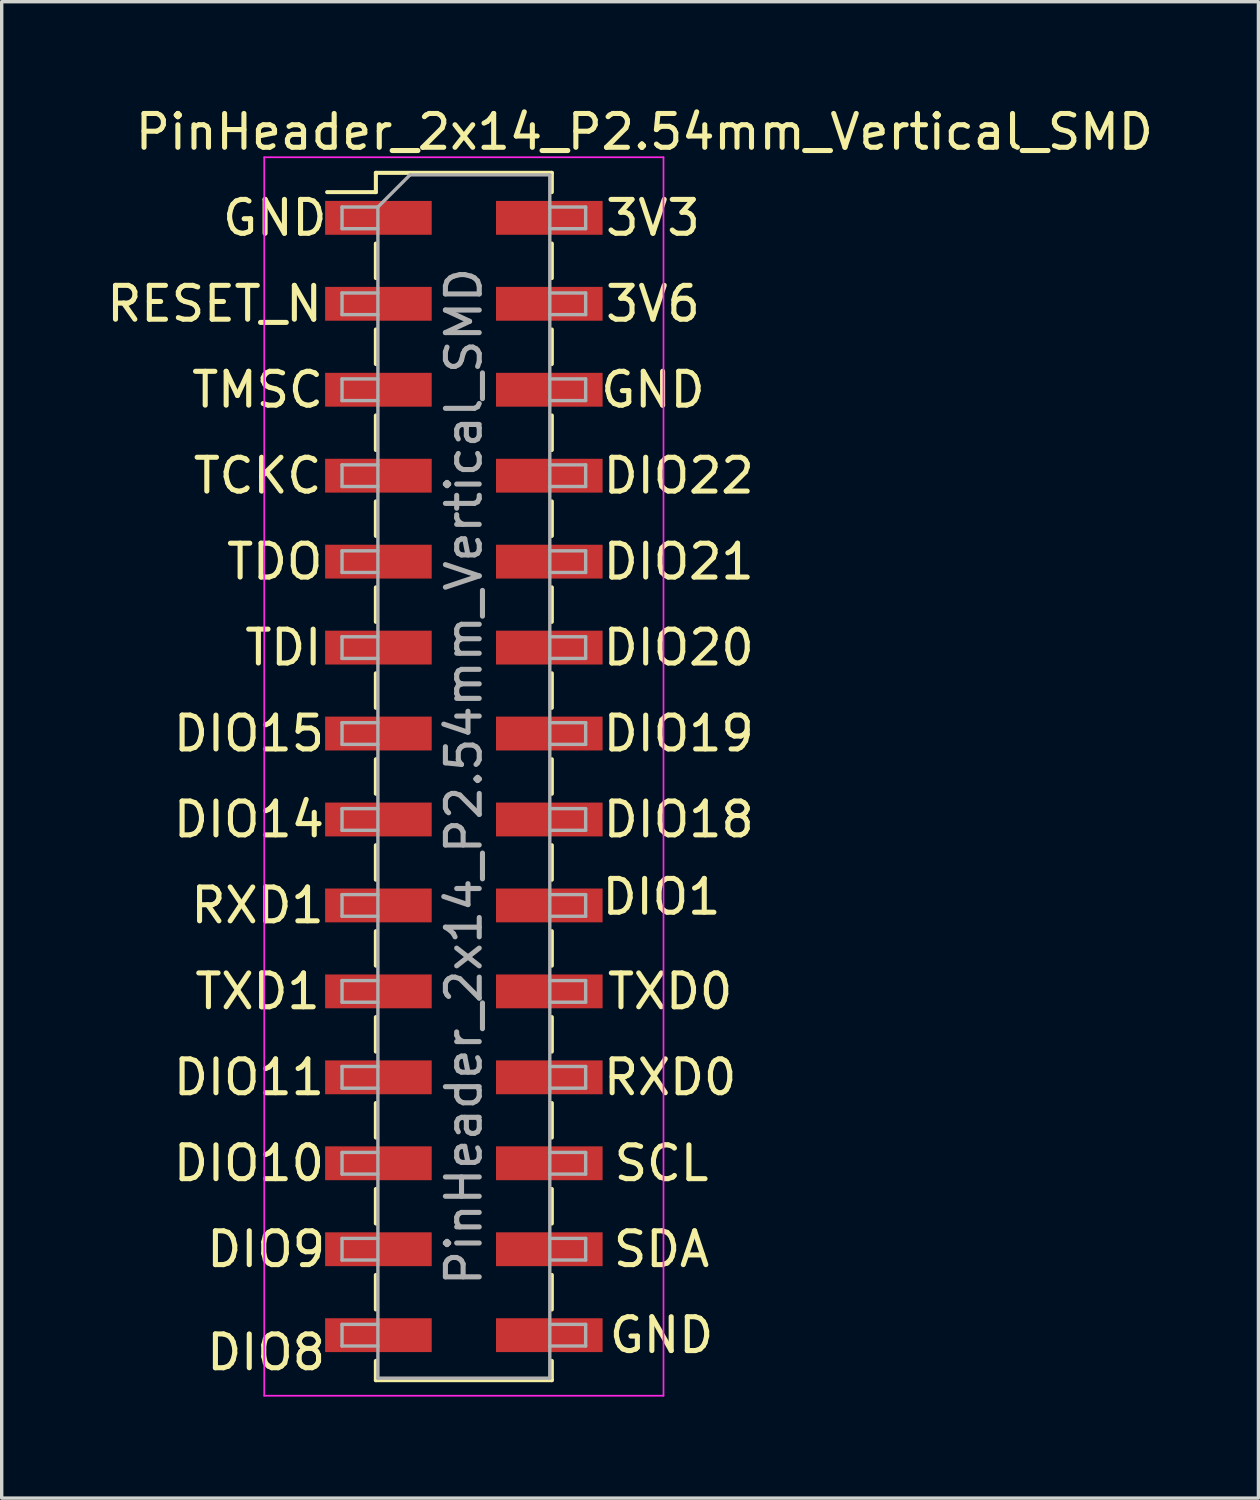
<source format=kicad_pcb>
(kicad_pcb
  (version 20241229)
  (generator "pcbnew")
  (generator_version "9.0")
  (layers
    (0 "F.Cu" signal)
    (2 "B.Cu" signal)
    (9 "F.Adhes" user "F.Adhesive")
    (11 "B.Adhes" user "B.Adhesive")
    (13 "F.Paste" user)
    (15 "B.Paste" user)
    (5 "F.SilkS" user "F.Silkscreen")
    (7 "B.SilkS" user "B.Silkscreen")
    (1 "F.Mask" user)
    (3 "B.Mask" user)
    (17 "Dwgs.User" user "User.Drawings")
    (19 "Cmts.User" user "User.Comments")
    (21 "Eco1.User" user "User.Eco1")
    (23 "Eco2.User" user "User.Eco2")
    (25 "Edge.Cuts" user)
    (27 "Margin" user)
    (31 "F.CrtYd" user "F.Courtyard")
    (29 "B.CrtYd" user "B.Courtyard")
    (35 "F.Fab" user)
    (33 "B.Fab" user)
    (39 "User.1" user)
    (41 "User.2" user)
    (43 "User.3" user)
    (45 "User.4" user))
  (footprint "PinHeader_2x14_P2.54mm_Vertical_SMD"
    (layer "F.Cu")
    (at 10.658 19.898)
    (property "Reference" "PinHeader_2x14_P2.54mm_Vertical_SMD" (at 5.334 -19.05 0) (layer "F.SilkS") (effects (font (size 1 1) (thickness 0.15))))
    (attr smd)
    (fp_line (start -4.04 -17.27) (end -2.6 -17.27) (stroke (width 0.12) (type solid)) (layer "F.SilkS"))
    (fp_line (start -2.6 -17.84) (end -2.6 -17.27) (stroke (width 0.12) (type solid)) (layer "F.SilkS"))
    (fp_line (start -2.6 -17.84) (end 2.6 -17.84) (stroke (width 0.12) (type solid)) (layer "F.SilkS"))
    (fp_line (start -2.6 -15.75) (end -2.6 -14.73) (stroke (width 0.12) (type solid)) (layer "F.SilkS"))
    (fp_line (start -2.6 -13.21) (end -2.6 -12.19) (stroke (width 0.12) (type solid)) (layer "F.SilkS"))
    (fp_line (start -2.6 -10.67) (end -2.6 -9.65) (stroke (width 0.12) (type solid)) (layer "F.SilkS"))
    (fp_line (start -2.6 -8.13) (end -2.6 -7.11) (stroke (width 0.12) (type solid)) (layer "F.SilkS"))
    (fp_line (start -2.6 -5.59) (end -2.6 -4.57) (stroke (width 0.12) (type solid)) (layer "F.SilkS"))
    (fp_line (start -2.6 -3.05) (end -2.6 -2.03) (stroke (width 0.12) (type solid)) (layer "F.SilkS"))
    (fp_line (start -2.6 -0.51) (end -2.6 0.51) (stroke (width 0.12) (type solid)) (layer "F.SilkS"))
    (fp_line (start -2.6 2.03) (end -2.6 3.05) (stroke (width 0.12) (type solid)) (layer "F.SilkS"))
    (fp_line (start -2.6 4.57) (end -2.6 5.59) (stroke (width 0.12) (type solid)) (layer "F.SilkS"))
    (fp_line (start -2.6 7.11) (end -2.6 8.13) (stroke (width 0.12) (type solid)) (layer "F.SilkS"))
    (fp_line (start -2.6 9.65) (end -2.6 10.67) (stroke (width 0.12) (type solid)) (layer "F.SilkS"))
    (fp_line (start -2.6 12.19) (end -2.6 13.21) (stroke (width 0.12) (type solid)) (layer "F.SilkS"))
    (fp_line (start -2.6 14.73) (end -2.6 15.75) (stroke (width 0.12) (type solid)) (layer "F.SilkS"))
    (fp_line (start -2.6 17.27) (end -2.6 17.84) (stroke (width 0.12) (type solid)) (layer "F.SilkS"))
    (fp_line (start -2.6 17.84) (end 2.6 17.84) (stroke (width 0.12) (type solid)) (layer "F.SilkS"))
    (fp_line (start 2.6 -17.84) (end 2.6 -17.27) (stroke (width 0.12) (type solid)) (layer "F.SilkS"))
    (fp_line (start 2.6 -15.75) (end 2.6 -14.73) (stroke (width 0.12) (type solid)) (layer "F.SilkS"))
    (fp_line (start 2.6 -13.21) (end 2.6 -12.19) (stroke (width 0.12) (type solid)) (layer "F.SilkS"))
    (fp_line (start 2.6 -10.67) (end 2.6 -9.65) (stroke (width 0.12) (type solid)) (layer "F.SilkS"))
    (fp_line (start 2.6 -8.13) (end 2.6 -7.11) (stroke (width 0.12) (type solid)) (layer "F.SilkS"))
    (fp_line (start 2.6 -5.59) (end 2.6 -4.57) (stroke (width 0.12) (type solid)) (layer "F.SilkS"))
    (fp_line (start 2.6 -3.05) (end 2.6 -2.03) (stroke (width 0.12) (type solid)) (layer "F.SilkS"))
    (fp_line (start 2.6 -0.51) (end 2.6 0.51) (stroke (width 0.12) (type solid)) (layer "F.SilkS"))
    (fp_line (start 2.6 2.03) (end 2.6 3.05) (stroke (width 0.12) (type solid)) (layer "F.SilkS"))
    (fp_line (start 2.6 4.57) (end 2.6 5.59) (stroke (width 0.12) (type solid)) (layer "F.SilkS"))
    (fp_line (start 2.6 7.11) (end 2.6 8.13) (stroke (width 0.12) (type solid)) (layer "F.SilkS"))
    (fp_line (start 2.6 9.65) (end 2.6 10.67) (stroke (width 0.12) (type solid)) (layer "F.SilkS"))
    (fp_line (start 2.6 12.19) (end 2.6 13.21) (stroke (width 0.12) (type solid)) (layer "F.SilkS"))
    (fp_line (start 2.6 14.73) (end 2.6 15.75) (stroke (width 0.12) (type solid)) (layer "F.SilkS"))
    (fp_line (start 2.6 17.27) (end 2.6 17.84) (stroke (width 0.12) (type solid)) (layer "F.SilkS"))
    (fp_line (start -5.9 -18.3) (end -5.9 18.3) (stroke (width 0.05) (type solid)) (layer "F.CrtYd"))
    (fp_line (start -5.9 18.3) (end 5.9 18.3) (stroke (width 0.05) (type solid)) (layer "F.CrtYd"))
    (fp_line (start 5.9 -18.3) (end -5.9 -18.3) (stroke (width 0.05) (type solid)) (layer "F.CrtYd"))
    (fp_line (start 5.9 18.3) (end 5.9 -18.3) (stroke (width 0.05) (type solid)) (layer "F.CrtYd"))
    (fp_line (start -3.6 -16.83) (end -3.6 -16.19) (stroke (width 0.1) (type solid)) (layer "F.Fab"))
    (fp_line (start -3.6 -16.19) (end -2.54 -16.19) (stroke (width 0.1) (type solid)) (layer "F.Fab"))
    (fp_line (start -3.6 -14.29) (end -3.6 -13.65) (stroke (width 0.1) (type solid)) (layer "F.Fab"))
    (fp_line (start -3.6 -13.65) (end -2.54 -13.65) (stroke (width 0.1) (type solid)) (layer "F.Fab"))
    (fp_line (start -3.6 -11.75) (end -3.6 -11.11) (stroke (width 0.1) (type solid)) (layer "F.Fab"))
    (fp_line (start -3.6 -11.11) (end -2.54 -11.11) (stroke (width 0.1) (type solid)) (layer "F.Fab"))
    (fp_line (start -3.6 -9.21) (end -3.6 -8.57) (stroke (width 0.1) (type solid)) (layer "F.Fab"))
    (fp_line (start -3.6 -8.57) (end -2.54 -8.57) (stroke (width 0.1) (type solid)) (layer "F.Fab"))
    (fp_line (start -3.6 -6.67) (end -3.6 -6.03) (stroke (width 0.1) (type solid)) (layer "F.Fab"))
    (fp_line (start -3.6 -6.03) (end -2.54 -6.03) (stroke (width 0.1) (type solid)) (layer "F.Fab"))
    (fp_line (start -3.6 -4.13) (end -3.6 -3.49) (stroke (width 0.1) (type solid)) (layer "F.Fab"))
    (fp_line (start -3.6 -3.49) (end -2.54 -3.49) (stroke (width 0.1) (type solid)) (layer "F.Fab"))
    (fp_line (start -3.6 -1.59) (end -3.6 -0.95) (stroke (width 0.1) (type solid)) (layer "F.Fab"))
    (fp_line (start -3.6 -0.95) (end -2.54 -0.95) (stroke (width 0.1) (type solid)) (layer "F.Fab"))
    (fp_line (start -3.6 0.95) (end -3.6 1.59) (stroke (width 0.1) (type solid)) (layer "F.Fab"))
    (fp_line (start -3.6 1.59) (end -2.54 1.59) (stroke (width 0.1) (type solid)) (layer "F.Fab"))
    (fp_line (start -3.6 3.49) (end -3.6 4.13) (stroke (width 0.1) (type solid)) (layer "F.Fab"))
    (fp_line (start -3.6 4.13) (end -2.54 4.13) (stroke (width 0.1) (type solid)) (layer "F.Fab"))
    (fp_line (start -3.6 6.03) (end -3.6 6.67) (stroke (width 0.1) (type solid)) (layer "F.Fab"))
    (fp_line (start -3.6 6.67) (end -2.54 6.67) (stroke (width 0.1) (type solid)) (layer "F.Fab"))
    (fp_line (start -3.6 8.57) (end -3.6 9.21) (stroke (width 0.1) (type solid)) (layer "F.Fab"))
    (fp_line (start -3.6 9.21) (end -2.54 9.21) (stroke (width 0.1) (type solid)) (layer "F.Fab"))
    (fp_line (start -3.6 11.11) (end -3.6 11.75) (stroke (width 0.1) (type solid)) (layer "F.Fab"))
    (fp_line (start -3.6 11.75) (end -2.54 11.75) (stroke (width 0.1) (type solid)) (layer "F.Fab"))
    (fp_line (start -3.6 13.65) (end -3.6 14.29) (stroke (width 0.1) (type solid)) (layer "F.Fab"))
    (fp_line (start -3.6 14.29) (end -2.54 14.29) (stroke (width 0.1) (type solid)) (layer "F.Fab"))
    (fp_line (start -3.6 16.19) (end -3.6 16.83) (stroke (width 0.1) (type solid)) (layer "F.Fab"))
    (fp_line (start -3.6 16.83) (end -2.54 16.83) (stroke (width 0.1) (type solid)) (layer "F.Fab"))
    (fp_line (start -2.54 -16.83) (end -3.6 -16.83) (stroke (width 0.1) (type solid)) (layer "F.Fab"))
    (fp_line (start -2.54 -16.83) (end -1.59 -17.78) (stroke (width 0.1) (type solid)) (layer "F.Fab"))
    (fp_line (start -2.54 -14.29) (end -3.6 -14.29) (stroke (width 0.1) (type solid)) (layer "F.Fab"))
    (fp_line (start -2.54 -11.75) (end -3.6 -11.75) (stroke (width 0.1) (type solid)) (layer "F.Fab"))
    (fp_line (start -2.54 -9.21) (end -3.6 -9.21) (stroke (width 0.1) (type solid)) (layer "F.Fab"))
    (fp_line (start -2.54 -6.67) (end -3.6 -6.67) (stroke (width 0.1) (type solid)) (layer "F.Fab"))
    (fp_line (start -2.54 -4.13) (end -3.6 -4.13) (stroke (width 0.1) (type solid)) (layer "F.Fab"))
    (fp_line (start -2.54 -1.59) (end -3.6 -1.59) (stroke (width 0.1) (type solid)) (layer "F.Fab"))
    (fp_line (start -2.54 0.95) (end -3.6 0.95) (stroke (width 0.1) (type solid)) (layer "F.Fab"))
    (fp_line (start -2.54 3.49) (end -3.6 3.49) (stroke (width 0.1) (type solid)) (layer "F.Fab"))
    (fp_line (start -2.54 6.03) (end -3.6 6.03) (stroke (width 0.1) (type solid)) (layer "F.Fab"))
    (fp_line (start -2.54 8.57) (end -3.6 8.57) (stroke (width 0.1) (type solid)) (layer "F.Fab"))
    (fp_line (start -2.54 11.11) (end -3.6 11.11) (stroke (width 0.1) (type solid)) (layer "F.Fab"))
    (fp_line (start -2.54 13.65) (end -3.6 13.65) (stroke (width 0.1) (type solid)) (layer "F.Fab"))
    (fp_line (start -2.54 16.19) (end -3.6 16.19) (stroke (width 0.1) (type solid)) (layer "F.Fab"))
    (fp_line (start -2.54 17.78) (end -2.54 -16.83) (stroke (width 0.1) (type solid)) (layer "F.Fab"))
    (fp_line (start -1.59 -17.78) (end 2.54 -17.78) (stroke (width 0.1) (type solid)) (layer "F.Fab"))
    (fp_line (start 2.54 -17.78) (end 2.54 17.78) (stroke (width 0.1) (type solid)) (layer "F.Fab"))
    (fp_line (start 2.54 -16.83) (end 3.6 -16.83) (stroke (width 0.1) (type solid)) (layer "F.Fab"))
    (fp_line (start 2.54 -14.29) (end 3.6 -14.29) (stroke (width 0.1) (type solid)) (layer "F.Fab"))
    (fp_line (start 2.54 -11.75) (end 3.6 -11.75) (stroke (width 0.1) (type solid)) (layer "F.Fab"))
    (fp_line (start 2.54 -9.21) (end 3.6 -9.21) (stroke (width 0.1) (type solid)) (layer "F.Fab"))
    (fp_line (start 2.54 -6.67) (end 3.6 -6.67) (stroke (width 0.1) (type solid)) (layer "F.Fab"))
    (fp_line (start 2.54 -4.13) (end 3.6 -4.13) (stroke (width 0.1) (type solid)) (layer "F.Fab"))
    (fp_line (start 2.54 -1.59) (end 3.6 -1.59) (stroke (width 0.1) (type solid)) (layer "F.Fab"))
    (fp_line (start 2.54 0.95) (end 3.6 0.95) (stroke (width 0.1) (type solid)) (layer "F.Fab"))
    (fp_line (start 2.54 3.49) (end 3.6 3.49) (stroke (width 0.1) (type solid)) (layer "F.Fab"))
    (fp_line (start 2.54 6.03) (end 3.6 6.03) (stroke (width 0.1) (type solid)) (layer "F.Fab"))
    (fp_line (start 2.54 8.57) (end 3.6 8.57) (stroke (width 0.1) (type solid)) (layer "F.Fab"))
    (fp_line (start 2.54 11.11) (end 3.6 11.11) (stroke (width 0.1) (type solid)) (layer "F.Fab"))
    (fp_line (start 2.54 13.65) (end 3.6 13.65) (stroke (width 0.1) (type solid)) (layer "F.Fab"))
    (fp_line (start 2.54 16.19) (end 3.6 16.19) (stroke (width 0.1) (type solid)) (layer "F.Fab"))
    (fp_line (start 2.54 17.78) (end -2.54 17.78) (stroke (width 0.1) (type solid)) (layer "F.Fab"))
    (fp_line (start 3.6 -16.83) (end 3.6 -16.19) (stroke (width 0.1) (type solid)) (layer "F.Fab"))
    (fp_line (start 3.6 -16.19) (end 2.54 -16.19) (stroke (width 0.1) (type solid)) (layer "F.Fab"))
    (fp_line (start 3.6 -14.29) (end 3.6 -13.65) (stroke (width 0.1) (type solid)) (layer "F.Fab"))
    (fp_line (start 3.6 -13.65) (end 2.54 -13.65) (stroke (width 0.1) (type solid)) (layer "F.Fab"))
    (fp_line (start 3.6 -11.75) (end 3.6 -11.11) (stroke (width 0.1) (type solid)) (layer "F.Fab"))
    (fp_line (start 3.6 -11.11) (end 2.54 -11.11) (stroke (width 0.1) (type solid)) (layer "F.Fab"))
    (fp_line (start 3.6 -9.21) (end 3.6 -8.57) (stroke (width 0.1) (type solid)) (layer "F.Fab"))
    (fp_line (start 3.6 -8.57) (end 2.54 -8.57) (stroke (width 0.1) (type solid)) (layer "F.Fab"))
    (fp_line (start 3.6 -6.67) (end 3.6 -6.03) (stroke (width 0.1) (type solid)) (layer "F.Fab"))
    (fp_line (start 3.6 -6.03) (end 2.54 -6.03) (stroke (width 0.1) (type solid)) (layer "F.Fab"))
    (fp_line (start 3.6 -4.13) (end 3.6 -3.49) (stroke (width 0.1) (type solid)) (layer "F.Fab"))
    (fp_line (start 3.6 -3.49) (end 2.54 -3.49) (stroke (width 0.1) (type solid)) (layer "F.Fab"))
    (fp_line (start 3.6 -1.59) (end 3.6 -0.95) (stroke (width 0.1) (type solid)) (layer "F.Fab"))
    (fp_line (start 3.6 -0.95) (end 2.54 -0.95) (stroke (width 0.1) (type solid)) (layer "F.Fab"))
    (fp_line (start 3.6 0.95) (end 3.6 1.59) (stroke (width 0.1) (type solid)) (layer "F.Fab"))
    (fp_line (start 3.6 1.59) (end 2.54 1.59) (stroke (width 0.1) (type solid)) (layer "F.Fab"))
    (fp_line (start 3.6 3.49) (end 3.6 4.13) (stroke (width 0.1) (type solid)) (layer "F.Fab"))
    (fp_line (start 3.6 4.13) (end 2.54 4.13) (stroke (width 0.1) (type solid)) (layer "F.Fab"))
    (fp_line (start 3.6 6.03) (end 3.6 6.67) (stroke (width 0.1) (type solid)) (layer "F.Fab"))
    (fp_line (start 3.6 6.67) (end 2.54 6.67) (stroke (width 0.1) (type solid)) (layer "F.Fab"))
    (fp_line (start 3.6 8.57) (end 3.6 9.21) (stroke (width 0.1) (type solid)) (layer "F.Fab"))
    (fp_line (start 3.6 9.21) (end 2.54 9.21) (stroke (width 0.1) (type solid)) (layer "F.Fab"))
    (fp_line (start 3.6 11.11) (end 3.6 11.75) (stroke (width 0.1) (type solid)) (layer "F.Fab"))
    (fp_line (start 3.6 11.75) (end 2.54 11.75) (stroke (width 0.1) (type solid)) (layer "F.Fab"))
    (fp_line (start 3.6 13.65) (end 3.6 14.29) (stroke (width 0.1) (type solid)) (layer "F.Fab"))
    (fp_line (start 3.6 14.29) (end 2.54 14.29) (stroke (width 0.1) (type solid)) (layer "F.Fab"))
    (fp_line (start 3.6 16.19) (end 3.6 16.83) (stroke (width 0.1) (type solid)) (layer "F.Fab"))
    (fp_line (start 3.6 16.83) (end 2.54 16.83) (stroke (width 0.1) (type solid)) (layer "F.Fab"))
    (fp_text user "SCL" (at 5.842 11.43 0) (layer "F.SilkS") (effects (font (size 1 1) (thickness 0.15))))
    (fp_text user "TCKC" (at -6.096 -8.89 0) (layer "F.SilkS") (effects (font (size 1 1) (thickness 0.15))))
    (fp_text user "SDA" (at 5.842 13.97 0) (layer "F.SilkS") (effects (font (size 1 1) (thickness 0.15))))
    (fp_text user "DIO9" (at -5.842 13.97 0) (layer "F.SilkS") (effects (font (size 1 1) (thickness 0.15))))
    (fp_text user "3V6" (at 5.588 -13.97 0) (layer "F.SilkS") (effects (font (size 1 1) (thickness 0.15))))
    (fp_text user "DIO20" (at 6.35 -3.81 0) (layer "F.SilkS") (effects (font (size 1 1) (thickness 0.15))))
    (fp_text user "GND" (at -5.588 -16.51 0) (layer "F.SilkS") (effects (font (size 1 1) (thickness 0.15))))
    (fp_text user "DIO18" (at 6.35 1.27 0) (layer "F.SilkS") (effects (font (size 1 1) (thickness 0.15))))
    (fp_text user "DIO8" (at -5.842 17.018 0) (layer "F.SilkS") (effects (font (size 1 1) (thickness 0.15))))
    (fp_text user "DIO19" (at 6.35 -1.27 0) (layer "F.SilkS") (effects (font (size 1 1) (thickness 0.15))))
    (fp_text user "DIO1" (at 5.842 3.556 0) (layer "F.SilkS") (effects (font (size 1 1) (thickness 0.15))))
    (fp_text user "DIO22" (at 6.35 -8.89 0) (layer "F.SilkS") (effects (font (size 1 1) (thickness 0.15))))
    (fp_text user "GND" (at 5.588 -11.43 0) (layer "F.SilkS") (effects (font (size 1 1) (thickness 0.15))))
    (fp_text user "DIO15" (at -6.35 -1.27 0) (layer "F.SilkS") (effects (font (size 1 1) (thickness 0.15))))
    (fp_text user "DIO11" (at -6.35 8.89 0) (layer "F.SilkS") (effects (font (size 1 1) (thickness 0.15))))
    (fp_text user "DIO14" (at -6.35 1.27 0) (layer "F.SilkS") (effects (font (size 1 1) (thickness 0.15))))
    (fp_text user "GND" (at 5.842 16.51 0) (layer "F.SilkS") (effects (font (size 1 1) (thickness 0.15))))
    (fp_text user "TDI" (at -5.334 -3.81 0) (layer "F.SilkS") (effects (font (size 1 1) (thickness 0.15))))
    (fp_text user "RXD0" (at 6.096 8.89 0) (layer "F.SilkS") (effects (font (size 1 1) (thickness 0.15))))
    (fp_text user "TXD1" (at -6.096 6.35 0) (layer "F.SilkS") (effects (font (size 1 1) (thickness 0.15))))
    (fp_text user "RXD1" (at -6.096 3.81 0) (layer "F.SilkS") (effects (font (size 1 1) (thickness 0.15))))
    (fp_text user "DIO21" (at 6.35 -6.35 0) (layer "F.SilkS") (effects (font (size 1 1) (thickness 0.15))))
    (fp_text user "DIO10" (at -6.35 11.43 0) (layer "F.SilkS") (effects (font (size 1 1) (thickness 0.15))))
    (fp_text user "TMSC" (at -6.096 -11.43 0) (layer "F.SilkS") (effects (font (size 1 1) (thickness 0.15))))
    (fp_text user "TDO" (at -5.588 -6.35 0) (layer "F.SilkS") (effects (font (size 1 1) (thickness 0.15))))
    (fp_text user "TXD0" (at 6.096 6.35 0) (layer "F.SilkS") (effects (font (size 1 1) (thickness 0.15))))
    (fp_text user "RESET_N" (at -7.366 -13.97 0) (layer "F.SilkS") (effects (font (size 1 1) (thickness 0.15))))
    (fp_text user "3V3" (at 5.588 -16.51 0) (layer "F.SilkS") (effects (font (size 1 1) (thickness 0.15))))
    (fp_text user "${REFERENCE}" (at 0 0 270) (layer "F.Fab") (effects (font (size 1 1) (thickness 0.15))))
    (pad "1" smd rect (at -2.525 -16.51) (size 3.15 1) (layers "F.Cu" "F.Mask" "F.Paste"))
    (pad "2" smd rect (at 2.525 -16.51) (size 3.15 1) (layers "F.Cu" "F.Mask" "F.Paste"))
    (pad "3" smd rect (at -2.525 -13.97) (size 3.15 1) (layers "F.Cu" "F.Mask" "F.Paste"))
    (pad "4" smd rect (at 2.525 -13.97) (size 3.15 1) (layers "F.Cu" "F.Mask" "F.Paste"))
    (pad "5" smd rect (at -2.525 -11.43) (size 3.15 1) (layers "F.Cu" "F.Mask" "F.Paste"))
    (pad "6" smd rect (at 2.525 -11.43) (size 3.15 1) (layers "F.Cu" "F.Mask" "F.Paste"))
    (pad "7" smd rect (at -2.525 -8.89) (size 3.15 1) (layers "F.Cu" "F.Mask" "F.Paste"))
    (pad "8" smd rect (at 2.525 -8.89) (size 3.15 1) (layers "F.Cu" "F.Mask" "F.Paste"))
    (pad "9" smd rect (at -2.525 -6.35) (size 3.15 1) (layers "F.Cu" "F.Mask" "F.Paste"))
    (pad "10" smd rect (at 2.525 -6.35) (size 3.15 1) (layers "F.Cu" "F.Mask" "F.Paste"))
    (pad "11" smd rect (at -2.525 -3.81) (size 3.15 1) (layers "F.Cu" "F.Mask" "F.Paste"))
    (pad "12" smd rect (at 2.525 -3.81) (size 3.15 1) (layers "F.Cu" "F.Mask" "F.Paste"))
    (pad "13" smd rect (at -2.525 -1.27) (size 3.15 1) (layers "F.Cu" "F.Mask" "F.Paste"))
    (pad "14" smd rect (at 2.525 -1.27) (size 3.15 1) (layers "F.Cu" "F.Mask" "F.Paste"))
    (pad "15" smd rect (at -2.525 1.27) (size 3.15 1) (layers "F.Cu" "F.Mask" "F.Paste"))
    (pad "16" smd rect (at 2.525 1.27) (size 3.15 1) (layers "F.Cu" "F.Mask" "F.Paste"))
    (pad "17" smd rect (at -2.525 3.81) (size 3.15 1) (layers "F.Cu" "F.Mask" "F.Paste"))
    (pad "18" smd rect (at 2.525 3.81) (size 3.15 1) (layers "F.Cu" "F.Mask" "F.Paste"))
    (pad "19" smd rect (at -2.525 6.35) (size 3.15 1) (layers "F.Cu" "F.Mask" "F.Paste"))
    (pad "20" smd rect (at 2.525 6.35) (size 3.15 1) (layers "F.Cu" "F.Mask" "F.Paste"))
    (pad "21" smd rect (at -2.525 8.89) (size 3.15 1) (layers "F.Cu" "F.Mask" "F.Paste"))
    (pad "22" smd rect (at 2.525 8.89) (size 3.15 1) (layers "F.Cu" "F.Mask" "F.Paste"))
    (pad "23" smd rect (at -2.525 11.43) (size 3.15 1) (layers "F.Cu" "F.Mask" "F.Paste"))
    (pad "24" smd rect (at 2.525 11.43) (size 3.15 1) (layers "F.Cu" "F.Mask" "F.Paste"))
    (pad "25" smd rect (at -2.525 13.97) (size 3.15 1) (layers "F.Cu" "F.Mask" "F.Paste"))
    (pad "26" smd rect (at 2.525 13.97) (size 3.15 1) (layers "F.Cu" "F.Mask" "F.Paste"))
    (pad "27" smd rect (at -2.525 16.51) (size 3.15 1) (layers "F.Cu" "F.Mask" "F.Paste"))
    (pad "28" smd rect (at 2.525 16.51) (size 3.15 1) (layers "F.Cu" "F.Mask" "F.Paste")))
  (gr_rect
    (start -3 -3)
    (end 34.14 41.223)
    (stroke (width 0.1) (type default))
    (fill no)
    (layer "Edge.Cuts")))
</source>
